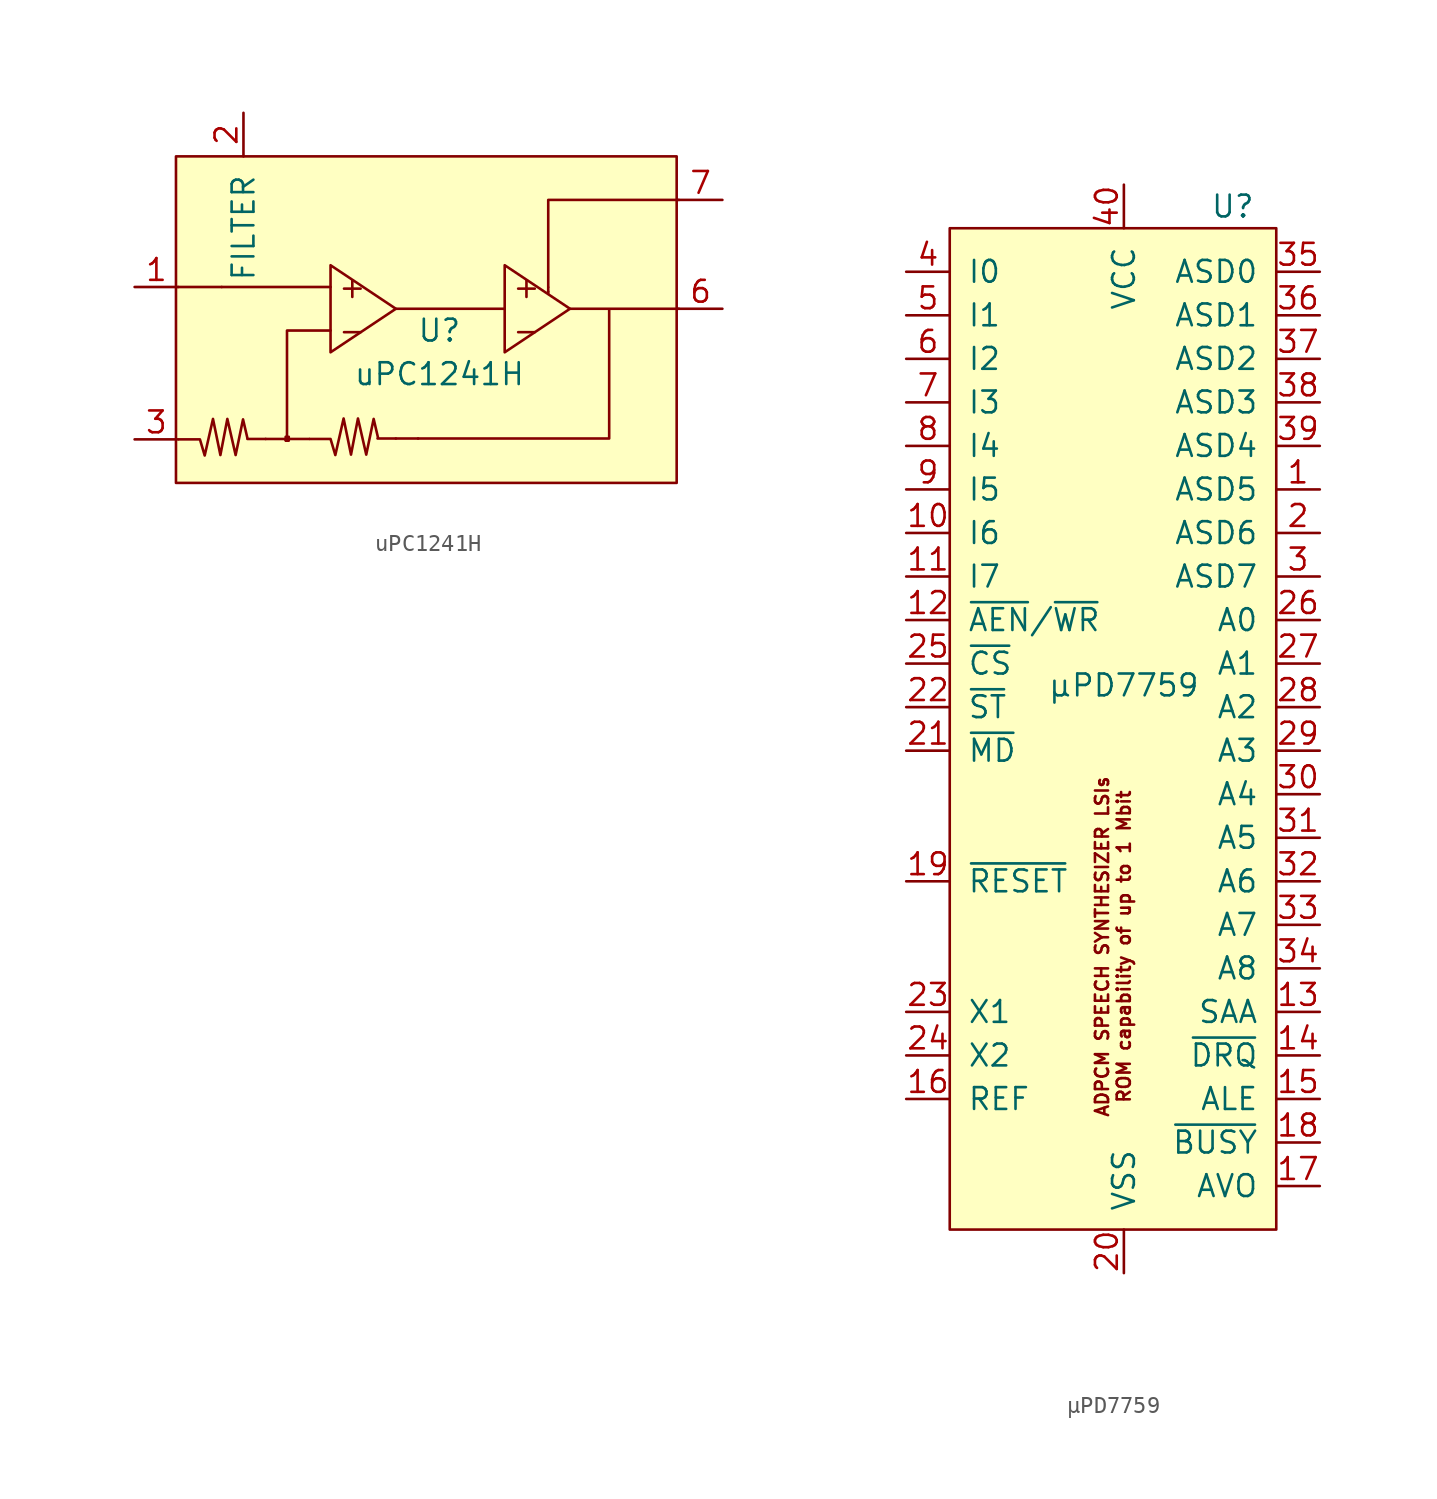
<source format=kicad_sym>
(kicad_symbol_lib
  (version 20211014)
  (generator kicad_symbol_editor)
  (symbol "uPC1241H"
    (pin_names
      (offset 1.016))
    (property "Reference" "U"
      (at 0 -1.27 0)
      (effects (font (size 1.27 1.27))))
    (property "Value" "uPC1241H"
      (at 0 -3.81 0)
      (effects (font (size 1.27 1.27))))
    (symbol "uPC1241H_0_0"
      (polyline (pts (xy -10.135 -7.595) (xy -11.201 -7.595)) (stroke (width 0) (type default) (color 0 0 0 0)) (fill (type none)))
      (polyline (pts (xy -10.135 -7.595) (xy -7.595 -7.595)) (stroke (width 0) (type default) (color 0 0 0 0)) (fill (type none)))
      (polyline (pts (xy -2.54 -7.569) (xy -3.607 -7.569)) (stroke (width 0) (type default) (color 0 0 0 0)) (fill (type none)))
      (polyline (pts (xy -2.54 -7.569) (xy -1.245 -7.569)) (stroke (width 0) (type default) (color 0 0 0 0)) (fill (type none)))
      (polyline (pts (xy 6.35 0.991) (xy 6.35 0.889)) (stroke (width 0) (type default) (color 0 0 0 0)) (fill (type none)))
      (polyline (pts (xy 6.35 1.245) (xy 6.35 0.991)) (stroke (width 0) (type default) (color 0 0 0 0)) (fill (type none)))
      (polyline (pts (xy -1.245 -7.569) (xy 9.906 -7.569) (xy 9.906 -0.051)) (stroke (width 0) (type default) (color 0 0 0 0)) (fill (type none)))
      (polyline (pts (xy -8.788 -7.468) (xy -8.788 -7.696) (xy -8.89 -7.696) (xy -8.941 -7.696) (xy -8.966 -7.518) (xy -8.966 -7.493) (xy -8.966 -7.468) (xy -8.966 -7.696)) (stroke (width 0) (type default) (color 0 0 0 0)) (fill (type none)))
      (polyline (pts (xy -15.189 -7.62) (xy -13.97 -7.62) (xy -13.691 -8.56) (xy -13.208 -6.426) (xy -12.776 -8.534) (xy -12.37 -6.426) (xy -11.887 -8.534) (xy -11.455 -6.452) (xy -11.201 -7.544)) (stroke (width 0) (type default) (color 0 0 0 0)) (fill (type none)))
      (polyline (pts (xy -7.569 -7.595) (xy -6.35 -7.595) (xy -6.071 -8.534) (xy -5.588 -6.401) (xy -5.156 -8.509) (xy -4.75 -6.401) (xy -4.267 -8.509) (xy -3.835 -6.426) (xy -3.581 -7.518)) (stroke (width 0) (type default) (color 0 0 0 0)) (fill (type none)))
      (text "+" (at -5.08 1.27 0) (effects (font (size 1.27 1.27))))
      (text "+" (at 5.08 1.27 0) (effects (font (size 1.27 1.27))))
      (text "-" (at -5.08 -1.27 0) (effects (font (size 1.27 1.27))))
      (text "-" (at 5.08 -1.27 0) (effects (font (size 1.27 1.27)))))
    (symbol "uPC1241H_0_1"
      (rectangle (start -15.367 8.89) (end 13.843 -10.16) (stroke (width 0) (type default) (color 0 0 0 0)) (fill (type background)))
      (circle (center -8.89 -7.62) (radius 0.0001) (stroke (width 0) (type default) (color 0 0 0 0)) (fill (type none)))
      (circle (center -8.89 -7.62) (radius 0.0001) (stroke (width 0) (type default) (color 0 0 0 0)) (fill (type none)))
      (polyline (pts (xy -12.7 1.27) (xy -15.24 1.27)) (stroke (width 0) (type default) (color 0 0 0 0)) (fill (type none)))
      (polyline (pts (xy -12.7 1.27) (xy -6.35 1.27)) (stroke (width 0) (type default) (color 0 0 0 0)) (fill (type none)))
      (polyline (pts (xy -2.54 0) (xy 3.81 0)) (stroke (width 0) (type default) (color 0 0 0 0)) (fill (type none)))
      (polyline (pts (xy 7.62 0) (xy 13.97 0)) (stroke (width 0) (type default) (color 0 0 0 0)) (fill (type none)))
      (polyline (pts (xy -8.89 -7.62) (xy -8.89 -1.27) (xy -6.35 -1.27)) (stroke (width 0) (type default) (color 0 0 0 0)) (fill (type none)))
      (polyline (pts (xy 6.35 1.27) (xy 6.35 6.35) (xy 13.97 6.35)) (stroke (width 0) (type default) (color 0 0 0 0)) (fill (type none)))
      (polyline (pts (xy -6.35 2.54) (xy -6.35 -2.54) (xy -2.54 0) (xy -6.35 2.54)) (stroke (width 0) (type default) (color 0 0 0 0)) (fill (type none)))
      (polyline (pts (xy 3.81 2.54) (xy 3.81 -2.54) (xy 7.62 0) (xy 3.81 2.54)) (stroke (width 0) (type default) (color 0 0 0 0)) (fill (type none))))
    (symbol "uPC1241H_1_1"
      (pin input line (at -17.78 1.27 0) (length 2.54) (name "~" (effects (font (size 1.27 1.27)))) (number "1" (effects (font (size 1.27 1.27)))))
      (pin passive line (at -11.43 11.43 270) (length 2.54) (name "FILTER" (effects (font (size 1.27 1.27)))) (number "2" (effects (font (size 1.27 1.27)))))
      (pin input line (at -17.78 -7.62 0) (length 2.54) (name "~" (effects (font (size 1.27 1.27)))) (number "3" (effects (font (size 1.27 1.27)))))
      (pin power_in line (at -10.643 -10.135 90) (length 2.54) hide (name "VSS" (effects (font (size 1.27 1.27)))) (number "4" (effects (font (size 1.27 1.27)))))
      (pin power_in line (at 9.22 -9.982 90) (length 2.54) hide (name "VSS" (effects (font (size 1.27 1.27)))) (number "5" (effects (font (size 1.27 1.27)))))
      (pin output line (at 16.51 0 180) (length 2.54) (name "~" (effects (font (size 1.27 1.27)))) (number "6" (effects (font (size 1.27 1.27)))))
      (pin output line (at 16.51 6.35 180) (length 2.54) (name "~" (effects (font (size 1.27 1.27)))) (number "7" (effects (font (size 1.27 1.27)))))
      (pin power_in line (at 0 8.89 270) (length 2.54) hide (name "VCC" (effects (font (size 1.27 1.27)))) (number "8" (effects (font (size 1.27 1.27)))))))
  (symbol "μPD7759"
    (pin_names
      (offset 1.016))
    (property "Reference" "U"
      (at 6.35 29.21 0)
      (effects (font (size 1.27 1.27))))
    (property "Value" "μPD7759"
      (at 0 1.27 0)
      (effects (font (size 1.27 1.27))))
    (symbol "μPD7759_0_0"
      (text "ADPCM SPEECH SYNTHESIZER LSIs" (at -1.27 -13.97 900) (effects (font (size 0.762 0.762))))
      (text "ROM capability of up to 1 Mbit" (at 0 -13.97 900) (effects (font (size 0.762 0.762)))))
    (symbol "μPD7759_0_1"
      (rectangle (start -10.16 27.94) (end 8.89 -30.48) (stroke (width 0) (type default) (color 0 0 0 0)) (fill (type background))))
    (symbol "μPD7759_1_1"
      (pin bidirectional line (at 11.43 12.7 180) (length 2.54) (name "ASD5" (effects (font (size 1.27 1.27)))) (number "1" (effects (font (size 1.27 1.27)))))
      (pin input line (at -12.7 10.16 0) (length 2.54) (name "I6" (effects (font (size 1.27 1.27)))) (number "10" (effects (font (size 1.27 1.27)))))
      (pin input line (at -12.7 7.62 0) (length 2.54) (name "I7" (effects (font (size 1.27 1.27)))) (number "11" (effects (font (size 1.27 1.27)))))
      (pin bidirectional line (at -12.7 5.08 0) (length 2.54) (name "~{AEN}/~{WR}" (effects (font (size 1.27 1.27)))) (number "12" (effects (font (size 1.27 1.27)))))
      (pin output line (at 11.43 -17.78 180) (length 2.54) (name "SAA" (effects (font (size 1.27 1.27)))) (number "13" (effects (font (size 1.27 1.27)))))
      (pin output line (at 11.43 -20.32 180) (length 2.54) (name "~{DRQ}" (effects (font (size 1.27 1.27)))) (number "14" (effects (font (size 1.27 1.27)))))
      (pin output line (at 11.43 -22.86 180) (length 2.54) (name "ALE" (effects (font (size 1.27 1.27)))) (number "15" (effects (font (size 1.27 1.27)))))
      (pin passive line (at -12.7 -22.86 0) (length 2.54) (name "REF" (effects (font (size 1.27 1.27)))) (number "16" (effects (font (size 1.27 1.27)))))
      (pin passive line (at 11.43 -27.94 180) (length 2.54) (name "AVO" (effects (font (size 1.27 1.27)))) (number "17" (effects (font (size 1.27 1.27)))))
      (pin output line (at 11.43 -25.4 180) (length 2.54) (name "~{BUSY}" (effects (font (size 1.27 1.27)))) (number "18" (effects (font (size 1.27 1.27)))))
      (pin input line (at -12.7 -10.16 0) (length 2.54) (name "~{RESET}" (effects (font (size 1.27 1.27)))) (number "19" (effects (font (size 1.27 1.27)))))
      (pin bidirectional line (at 11.43 10.16 180) (length 2.54) (name "ASD6" (effects (font (size 1.27 1.27)))) (number "2" (effects (font (size 1.27 1.27)))))
      (pin power_in line (at 0 -33.02 90) (length 2.54) (name "VSS" (effects (font (size 1.27 1.27)))) (number "20" (effects (font (size 1.27 1.27)))))
      (pin input line (at -12.7 -2.54 0) (length 2.54) (name "~{MD}" (effects (font (size 1.27 1.27)))) (number "21" (effects (font (size 1.27 1.27)))))
      (pin input line (at -12.7 0 0) (length 2.54) (name "~{ST}" (effects (font (size 1.27 1.27)))) (number "22" (effects (font (size 1.27 1.27)))))
      (pin passive line (at -12.7 -17.78 0) (length 2.54) (name "X1" (effects (font (size 1.27 1.27)))) (number "23" (effects (font (size 1.27 1.27)))))
      (pin passive line (at -12.7 -20.32 0) (length 2.54) (name "X2" (effects (font (size 1.27 1.27)))) (number "24" (effects (font (size 1.27 1.27)))))
      (pin input line (at -12.7 2.54 0) (length 2.54) (name "~{CS}" (effects (font (size 1.27 1.27)))) (number "25" (effects (font (size 1.27 1.27)))))
      (pin output line (at 11.43 5.08 180) (length 2.54) (name "A0" (effects (font (size 1.27 1.27)))) (number "26" (effects (font (size 1.27 1.27)))))
      (pin output line (at 11.43 2.54 180) (length 2.54) (name "A1" (effects (font (size 1.27 1.27)))) (number "27" (effects (font (size 1.27 1.27)))))
      (pin output line (at 11.43 0 180) (length 2.54) (name "A2" (effects (font (size 1.27 1.27)))) (number "28" (effects (font (size 1.27 1.27)))))
      (pin output line (at 11.43 -2.54 180) (length 2.54) (name "A3" (effects (font (size 1.27 1.27)))) (number "29" (effects (font (size 1.27 1.27)))))
      (pin bidirectional line (at 11.43 7.62 180) (length 2.54) (name "ASD7" (effects (font (size 1.27 1.27)))) (number "3" (effects (font (size 1.27 1.27)))))
      (pin output line (at 11.43 -5.08 180) (length 2.54) (name "A4" (effects (font (size 1.27 1.27)))) (number "30" (effects (font (size 1.27 1.27)))))
      (pin output line (at 11.43 -7.62 180) (length 2.54) (name "A5" (effects (font (size 1.27 1.27)))) (number "31" (effects (font (size 1.27 1.27)))))
      (pin output line (at 11.43 -10.16 180) (length 2.54) (name "A6" (effects (font (size 1.27 1.27)))) (number "32" (effects (font (size 1.27 1.27)))))
      (pin output line (at 11.43 -12.7 180) (length 2.54) (name "A7" (effects (font (size 1.27 1.27)))) (number "33" (effects (font (size 1.27 1.27)))))
      (pin output line (at 11.43 -15.24 180) (length 2.54) (name "A8" (effects (font (size 1.27 1.27)))) (number "34" (effects (font (size 1.27 1.27)))))
      (pin bidirectional line (at 11.43 25.4 180) (length 2.54) (name "ASD0" (effects (font (size 1.27 1.27)))) (number "35" (effects (font (size 1.27 1.27)))))
      (pin bidirectional line (at 11.43 22.86 180) (length 2.54) (name "ASD1" (effects (font (size 1.27 1.27)))) (number "36" (effects (font (size 1.27 1.27)))))
      (pin bidirectional line (at 11.43 20.32 180) (length 2.54) (name "ASD2" (effects (font (size 1.27 1.27)))) (number "37" (effects (font (size 1.27 1.27)))))
      (pin bidirectional line (at 11.43 17.78 180) (length 2.54) (name "ASD3" (effects (font (size 1.27 1.27)))) (number "38" (effects (font (size 1.27 1.27)))))
      (pin bidirectional line (at 11.43 15.24 180) (length 2.54) (name "ASD4" (effects (font (size 1.27 1.27)))) (number "39" (effects (font (size 1.27 1.27)))))
      (pin input line (at -12.7 25.4 0) (length 2.54) (name "I0" (effects (font (size 1.27 1.27)))) (number "4" (effects (font (size 1.27 1.27)))))
      (pin power_in line (at 0 30.48 270) (length 2.54) (name "VCC" (effects (font (size 1.27 1.27)))) (number "40" (effects (font (size 1.27 1.27)))))
      (pin input line (at -12.7 22.86 0) (length 2.54) (name "I1" (effects (font (size 1.27 1.27)))) (number "5" (effects (font (size 1.27 1.27)))))
      (pin input line (at -12.7 20.32 0) (length 2.54) (name "I2" (effects (font (size 1.27 1.27)))) (number "6" (effects (font (size 1.27 1.27)))))
      (pin input line (at -12.7 17.78 0) (length 2.54) (name "I3" (effects (font (size 1.27 1.27)))) (number "7" (effects (font (size 1.27 1.27)))))
      (pin input line (at -12.7 15.24 0) (length 2.54) (name "I4" (effects (font (size 1.27 1.27)))) (number "8" (effects (font (size 1.27 1.27)))))
      (pin input line (at -12.7 12.7 0) (length 2.54) (name "I5" (effects (font (size 1.27 1.27)))) (number "9" (effects (font (size 1.27 1.27))))))))
</source>
